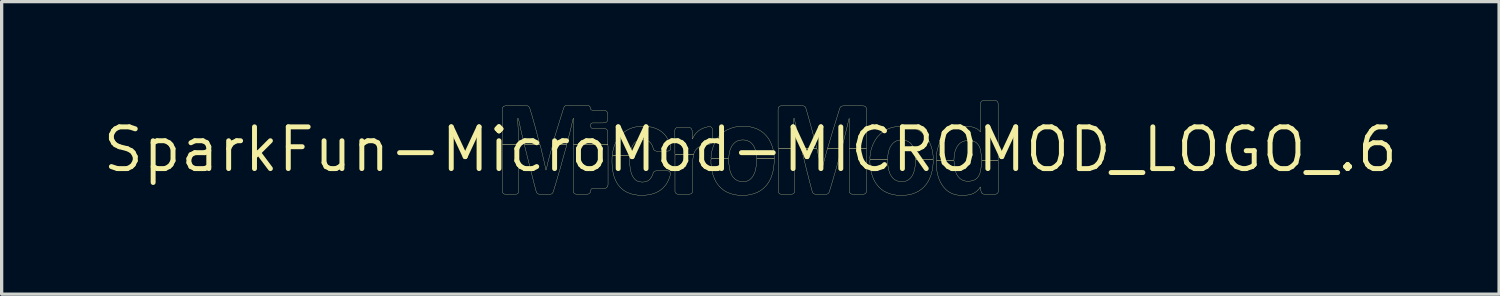
<source format=kicad_pcb>
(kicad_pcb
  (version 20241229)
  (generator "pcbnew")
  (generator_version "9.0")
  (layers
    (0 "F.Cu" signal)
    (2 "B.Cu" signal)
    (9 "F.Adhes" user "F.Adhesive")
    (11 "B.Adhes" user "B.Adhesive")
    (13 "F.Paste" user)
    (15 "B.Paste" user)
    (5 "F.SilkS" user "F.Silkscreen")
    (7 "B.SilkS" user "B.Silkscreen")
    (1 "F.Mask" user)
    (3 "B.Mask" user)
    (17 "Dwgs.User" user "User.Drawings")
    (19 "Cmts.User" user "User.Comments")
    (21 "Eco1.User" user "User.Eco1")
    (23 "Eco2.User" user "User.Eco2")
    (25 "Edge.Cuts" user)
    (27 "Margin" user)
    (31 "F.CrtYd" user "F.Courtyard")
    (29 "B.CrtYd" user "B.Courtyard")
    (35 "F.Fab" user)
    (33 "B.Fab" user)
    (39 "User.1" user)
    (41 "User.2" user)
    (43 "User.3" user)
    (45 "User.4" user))
  (footprint "SparkFun-MicroMod-MICROMOD_LOGO_.6"
    (layer "F.Cu")
    (at 19.783 1.5)
    (property "Reference" "SparkFun-MicroMod-MICROMOD_LOGO_.6" (at 0 0 0) (layer "F.SilkS") (effects (font (size 1.27 1.27) (thickness 0.15))))
    (attr exclude_from_pos_files exclude_from_bom)
    (fp_poly (pts (xy -7.551 -0.147) (xy -7.551 1.237) (xy -7.549 1.29) (xy -7.523 1.336) (xy -7.475 1.359) (xy -7.155 1.359) (xy -7.104 1.354) (xy -7.061 1.321) (xy -7.046 1.27) (xy -7.046 0.259) (xy -7.051 -0.112) (xy -7.071 -0.147) (xy -7.551 -0.147)) (stroke (width 0.008) (type solid)) (fill no) (layer "F.SilkS"))
    (fp_poly (pts (xy 3.536 -0.028) (xy 3.058 -0.028) (xy 3.007 -0.025) (xy 3.007 1.242) (xy 3.01 1.295) (xy 3.04 1.339) (xy 3.089 1.359) (xy 3.459 1.359) (xy 3.505 1.336) (xy 3.533 1.293) (xy 3.536 1.24) (xy 3.536 0.02) (xy 3.536 -0.028)) (stroke (width 0.008) (type solid)) (fill no) (layer "F.SilkS"))
    (fp_poly (pts (xy 1.346 -0.028) (xy 0.869 -0.028) (xy 0.846 0) (xy 0.846 1.27) (xy 0.864 1.321) (xy 0.902 1.354) (xy 0.955 1.359) (xy 1.273 1.359) (xy 1.321 1.336) (xy 1.349 1.293) (xy 1.351 1.24) (xy 1.351 0.391) (xy 1.349 0.074) (xy 1.346 -0.028)) (stroke (width 0.008) (type solid)) (fill no) (layer "F.SilkS"))
    (fp_poly (pts (xy -1.727 0.155) (xy -2.256 0.155) (xy -2.294 0.17) (xy -2.294 1.28) (xy -2.271 1.328) (xy -2.228 1.356) (xy -2.174 1.359) (xy -1.857 1.359) (xy -1.806 1.349) (xy -1.768 1.313) (xy -1.758 1.262) (xy -1.758 0.47) (xy -1.755 0.363) (xy -1.745 0.259) (xy -1.727 0.155)) (stroke (width 0.008) (type solid)) (fill no) (layer "F.SilkS"))
    (fp_poly (pts (xy -4.336 -0.147) (xy -5.342 -0.147) (xy -5.387 -0.14) (xy -5.39 0.175) (xy -5.39 1.234) (xy -5.39 1.288) (xy -5.364 1.333) (xy -5.319 1.356) (xy -5.265 1.359) (xy -4.948 1.359) (xy -4.9 1.341) (xy -4.867 1.3) (xy -4.862 1.247) (xy -4.841 1.201) (xy -4.793 1.186) (xy -4.475 1.186) (xy -4.422 1.184) (xy -4.374 1.161) (xy -4.343 1.12) (xy -4.331 1.069) (xy -4.331 -0.094) (xy -4.336 -0.147)) (stroke (width 0.008) (type solid)) (fill no) (layer "F.SilkS"))
    (fp_poly (pts (xy -7.463 -1.328) (xy -7.513 -1.313) (xy -7.544 -1.273) (xy -7.551 -1.219) (xy -7.551 -0.163) (xy -7.516 -0.145) (xy -7.092 -0.145) (xy -7.051 -0.157) (xy -7.064 -0.579) (xy -7.074 -0.79) (xy -7.084 -0.95) (xy -7.056 -0.935) (xy -6.99 -0.625) (xy -6.883 -0.163) (xy -6.843 -0.145) (xy -6.421 -0.145) (xy -6.416 -0.183) (xy -6.535 -0.643) (xy -6.634 -0.998) (xy -6.711 -1.252) (xy -6.734 -1.298) (xy -6.777 -1.328) (xy -6.83 -1.331) (xy -7.463 -1.328)) (stroke (width 0.008) (type solid)) (fill no) (layer "F.SilkS"))
    (fp_poly (pts (xy 3.409 -1.328) (xy 2.827 -1.328) (xy 2.774 -1.321) (xy 2.736 -1.288) (xy 2.715 -1.237) (xy 2.512 -0.582) (xy 2.36 -0.074) (xy 2.349 -0.028) (xy 2.774 -0.028) (xy 2.83 -0.231) (xy 2.893 -0.488) (xy 2.944 -0.693) (xy 2.992 -0.899) (xy 3.005 -0.947) (xy 3.025 -0.917) (xy 3.015 -0.546) (xy 3.007 -0.071) (xy 3.018 -0.028) (xy 3.493 -0.028) (xy 3.533 -0.041) (xy 3.533 -1.204) (xy 3.533 -1.257) (xy 3.508 -1.303) (xy 3.462 -1.326) (xy 3.409 -1.328)) (stroke (width 0.008) (type solid)) (fill no) (layer "F.SilkS"))
    (fp_poly (pts (xy 1.549 -0.028) (xy 1.971 -0.028) (xy 2.022 -0.03) (xy 1.943 -0.338) (xy 1.862 -0.645) (xy 1.763 -1.003) (xy 1.689 -1.257) (xy 1.664 -1.303) (xy 1.618 -1.328) (xy 1.565 -1.331) (xy 0.932 -1.331) (xy 0.881 -1.313) (xy 0.848 -1.273) (xy 0.843 -1.219) (xy 0.843 -0.056) (xy 0.869 -0.03) (xy 1.293 -0.03) (xy 1.344 -0.03) (xy 1.341 -0.241) (xy 1.331 -0.559) (xy 1.321 -0.823) (xy 1.313 -0.93) (xy 1.333 -0.955) (xy 1.379 -0.749) (xy 1.438 -0.49) (xy 1.534 -0.079) (xy 1.549 -0.028)) (stroke (width 0.008) (type solid)) (fill no) (layer "F.SilkS"))
    (fp_poly (pts (xy 2.776 -0.028) (xy 2.352 -0.028) (xy 2.334 0.015) (xy 2.25 0.323) (xy 2.212 0.475) (xy 2.189 0.579) (xy 2.179 0.63) (xy 2.169 0.605) (xy 2.113 0.345) (xy 2.027 -0.013) (xy 1.989 -0.028) (xy 1.565 -0.028) (xy 1.56 0.005) (xy 1.712 0.622) (xy 1.816 1.031) (xy 1.885 1.288) (xy 1.91 1.333) (xy 1.956 1.356) (xy 2.009 1.359) (xy 2.327 1.359) (xy 2.372 1.336) (xy 2.4 1.293) (xy 2.492 0.988) (xy 2.581 0.683) (xy 2.682 0.328) (xy 2.738 0.122) (xy 2.776 -0.028)) (stroke (width 0.008) (type solid)) (fill no) (layer "F.SilkS"))
    (fp_poly (pts (xy -6.403 -0.147) (xy -6.828 -0.147) (xy -6.876 -0.142) (xy -6.698 0.574) (xy -6.581 1.036) (xy -6.513 1.293) (xy -6.485 1.336) (xy -6.436 1.359) (xy -6.119 1.359) (xy -6.066 1.359) (xy -6.022 1.331) (xy -5.997 1.285) (xy -5.905 0.98) (xy -5.786 0.574) (xy -5.687 0.218) (xy -5.588 -0.137) (xy -5.631 -0.147) (xy -6.002 -0.147) (xy -6.025 -0.104) (xy -6.068 0.046) (xy -6.124 0.249) (xy -6.165 0.404) (xy -6.187 0.508) (xy -6.21 0.61) (xy -6.223 0.625) (xy -6.253 0.467) (xy -6.325 0.157) (xy -6.386 -0.097) (xy -6.403 -0.147)) (stroke (width 0.008) (type solid)) (fill no) (layer "F.SilkS"))
    (fp_poly (pts (xy -6.015 -0.147) (xy -5.591 -0.147) (xy -5.537 -0.351) (xy -5.471 -0.607) (xy -5.4 -0.917) (xy -5.372 -0.95) (xy -5.372 -0.899) (xy -5.382 -0.528) (xy -5.387 -0.157) (xy -5.347 -0.147) (xy -4.338 -0.147) (xy -4.336 -0.196) (xy -4.336 -0.513) (xy -4.341 -0.566) (xy -4.369 -0.61) (xy -4.415 -0.638) (xy -4.465 -0.645) (xy -4.785 -0.645) (xy -4.836 -0.653) (xy -4.864 -0.693) (xy -4.864 -0.747) (xy -4.846 -0.795) (xy -4.798 -0.81) (xy -4.481 -0.81) (xy -4.427 -0.813) (xy -4.379 -0.833) (xy -4.346 -0.874) (xy -4.336 -0.927) (xy -4.336 -1.085) (xy -4.351 -1.135) (xy -4.387 -1.173) (xy -4.437 -1.191) (xy -4.808 -1.191) (xy -4.854 -1.214) (xy -4.867 -1.265) (xy -4.884 -1.313) (xy -4.928 -1.341) (xy -4.981 -1.346) (xy -5.565 -1.346) (xy -5.616 -1.341) (xy -5.659 -1.311) (xy -5.682 -1.262) (xy -5.839 -0.757) (xy -5.964 -0.351) (xy -5.992 -0.249) (xy -6.007 -0.198) (xy -6.015 -0.147)) (stroke (width 0.008) (type solid)) (fill no) (layer "F.SilkS"))
    (fp_poly (pts (xy -1.237 -0.699) (xy -1.29 -0.691) (xy -1.341 -0.681) (xy -1.392 -0.665) (xy -1.44 -0.648) (xy -1.488 -0.625) (xy -1.534 -0.599) (xy -1.577 -0.569) (xy -1.615 -0.533) (xy -1.654 -0.498) (xy -1.687 -0.457) (xy -1.717 -0.411) (xy -1.742 -0.366) (xy -1.765 -0.32) (xy -1.768 -0.363) (xy -1.768 -0.467) (xy -1.773 -0.574) (xy -1.786 -0.625) (xy -1.821 -0.66) (xy -1.872 -0.671) (xy -2.187 -0.671) (xy -2.24 -0.668) (xy -2.283 -0.638) (xy -2.301 -0.589) (xy -2.296 -0.378) (xy -2.296 0.147) (xy -2.253 0.155) (xy -1.778 0.155) (xy -1.73 0.152) (xy -1.712 0.104) (xy -1.689 0.056) (xy -1.661 0.01) (xy -1.628 -0.028) (xy -1.59 -0.061) (xy -1.544 -0.091) (xy -1.499 -0.114) (xy -1.448 -0.132) (xy -1.397 -0.145) (xy -1.346 -0.152) (xy -1.293 -0.16) (xy -1.242 -0.163) (xy -1.191 -0.18) (xy -1.161 -0.221) (xy -1.153 -0.274) (xy -1.153 -0.589) (xy -1.158 -0.64) (xy -1.189 -0.683) (xy -1.237 -0.699)) (stroke (width 0.008) (type solid)) (fill no) (layer "F.SilkS"))
    (fp_poly (pts (xy -3.266 -0.711) (xy -3.371 -0.706) (xy -3.475 -0.691) (xy -3.579 -0.665) (xy -3.675 -0.63) (xy -3.724 -0.605) (xy -3.769 -0.579) (xy -3.815 -0.551) (xy -3.896 -0.488) (xy -3.97 -0.411) (xy -4.003 -0.368) (xy -4.034 -0.325) (xy -4.061 -0.282) (xy -4.11 -0.188) (xy -4.148 -0.089) (xy -4.176 0.01) (xy -4.196 0.112) (xy -4.201 0.165) (xy -4.168 0.183) (xy -3.693 0.183) (xy -3.663 0.16) (xy -3.655 0.109) (xy -3.645 0.056) (xy -3.632 0.005) (xy -3.617 -0.043) (xy -3.597 -0.091) (xy -3.571 -0.137) (xy -3.543 -0.18) (xy -3.505 -0.218) (xy -3.465 -0.251) (xy -3.419 -0.277) (xy -3.368 -0.292) (xy -3.317 -0.3) (xy -3.264 -0.302) (xy -3.211 -0.297) (xy -3.16 -0.284) (xy -3.111 -0.264) (xy -3.068 -0.234) (xy -3.033 -0.196) (xy -3.002 -0.152) (xy -2.979 -0.107) (xy -2.962 -0.056) (xy -2.949 -0.005) (xy -2.916 0.033) (xy -2.865 0.048) (xy -2.55 0.048) (xy -2.497 0.046) (xy -2.449 0.025) (xy -2.423 -0.018) (xy -2.423 -0.069) (xy -2.436 -0.122) (xy -2.449 -0.173) (xy -2.466 -0.221) (xy -2.487 -0.269) (xy -2.512 -0.318) (xy -2.54 -0.361) (xy -2.568 -0.406) (xy -2.601 -0.447) (xy -2.637 -0.485) (xy -2.677 -0.521) (xy -2.718 -0.554) (xy -2.761 -0.582) (xy -2.807 -0.61) (xy -2.855 -0.63) (xy -2.903 -0.65) (xy -2.954 -0.668) (xy -3.056 -0.691) (xy -3.16 -0.706) (xy -3.266 -0.711)) (stroke (width 0.008) (type solid)) (fill no) (layer "F.SilkS"))
    (fp_poly (pts (xy -0.218 -0.711) (xy -0.325 -0.706) (xy -0.429 -0.691) (xy -0.48 -0.681) (xy -0.584 -0.65) (xy -0.681 -0.61) (xy -0.729 -0.587) (xy -0.775 -0.559) (xy -0.818 -0.528) (xy -0.859 -0.495) (xy -0.899 -0.46) (xy -0.97 -0.381) (xy -1.031 -0.295) (xy -1.059 -0.249) (xy -1.085 -0.201) (xy -1.105 -0.152) (xy -1.143 -0.053) (xy -1.171 0.046) (xy -1.189 0.15) (xy -1.199 0.257) (xy -1.168 0.279) (xy -0.691 0.279) (xy -0.658 0.257) (xy -0.648 0.15) (xy -0.64 0.099) (xy -0.627 0.046) (xy -0.612 -0.003) (xy -0.592 -0.051) (xy -0.569 -0.099) (xy -0.538 -0.142) (xy -0.505 -0.183) (xy -0.465 -0.218) (xy -0.422 -0.249) (xy -0.373 -0.269) (xy -0.323 -0.284) (xy -0.269 -0.29) (xy -0.216 -0.292) (xy -0.163 -0.287) (xy -0.112 -0.274) (xy -0.061 -0.257) (xy -0.015 -0.234) (xy 0.025 -0.201) (xy 0.061 -0.163) (xy 0.094 -0.119) (xy 0.119 -0.074) (xy 0.14 -0.023) (xy 0.155 0.025) (xy 0.168 0.076) (xy 0.175 0.13) (xy 0.183 0.18) (xy 0.185 0.234) (xy 0.196 0.279) (xy 0.676 0.279) (xy 0.726 0.277) (xy 0.724 0.224) (xy 0.714 0.117) (xy 0.696 0.013) (xy 0.668 -0.086) (xy 0.65 -0.137) (xy 0.63 -0.185) (xy 0.607 -0.234) (xy 0.556 -0.328) (xy 0.49 -0.411) (xy 0.455 -0.45) (xy 0.417 -0.488) (xy 0.376 -0.523) (xy 0.333 -0.554) (xy 0.29 -0.582) (xy 0.196 -0.63) (xy 0.094 -0.665) (xy -0.005 -0.691) (xy -0.112 -0.706) (xy -0.218 -0.711)) (stroke (width 0.008) (type solid)) (fill no) (layer "F.SilkS"))
    (fp_poly (pts (xy 5.565 0.302) (xy 5.034 0.302) (xy 5.024 0.345) (xy 5.024 0.399) (xy 5.014 0.503) (xy 5.006 0.556) (xy 4.996 0.61) (xy 4.983 0.66) (xy 4.966 0.711) (xy 4.945 0.759) (xy 4.92 0.805) (xy 4.889 0.848) (xy 4.854 0.886) (xy 4.813 0.919) (xy 4.768 0.945) (xy 4.717 0.965) (xy 4.666 0.975) (xy 4.613 0.978) (xy 4.559 0.975) (xy 4.506 0.968) (xy 4.458 0.95) (xy 4.409 0.927) (xy 4.366 0.897) (xy 4.328 0.861) (xy 4.295 0.818) (xy 4.267 0.775) (xy 4.244 0.726) (xy 4.227 0.676) (xy 4.211 0.625) (xy 4.199 0.574) (xy 4.191 0.521) (xy 4.183 0.47) (xy 4.181 0.417) (xy 4.176 0.31) (xy 4.133 0.302) (xy 3.655 0.302) (xy 3.635 0.335) (xy 3.64 0.439) (xy 3.65 0.546) (xy 3.668 0.65) (xy 3.68 0.701) (xy 3.711 0.803) (xy 3.749 0.902) (xy 3.8 0.996) (xy 3.828 1.039) (xy 3.861 1.082) (xy 3.894 1.123) (xy 3.932 1.161) (xy 3.97 1.196) (xy 4.056 1.26) (xy 4.148 1.308) (xy 4.247 1.346) (xy 4.298 1.361) (xy 4.351 1.374) (xy 4.455 1.389) (xy 4.562 1.394) (xy 4.613 1.394) (xy 4.719 1.389) (xy 4.823 1.377) (xy 4.928 1.351) (xy 5.027 1.313) (xy 5.121 1.265) (xy 5.207 1.206) (xy 5.248 1.171) (xy 5.286 1.135) (xy 5.321 1.095) (xy 5.354 1.054) (xy 5.385 1.011) (xy 5.438 0.919) (xy 5.481 0.82) (xy 5.514 0.721) (xy 5.537 0.617) (xy 5.552 0.513) (xy 5.563 0.406) (xy 5.565 0.302)) (stroke (width 0.008) (type solid)) (fill no) (layer "F.SilkS"))
    (fp_poly (pts (xy 7.092 -1.494) (xy 7.043 -1.476) (xy 7.01 -1.435) (xy 7.003 -1.384) (xy 7.003 -0.536) (xy 6.942 -0.597) (xy 6.899 -0.627) (xy 6.853 -0.65) (xy 6.802 -0.671) (xy 6.751 -0.686) (xy 6.701 -0.696) (xy 6.647 -0.704) (xy 6.594 -0.706) (xy 6.54 -0.709) (xy 6.436 -0.706) (xy 6.33 -0.688) (xy 6.228 -0.66) (xy 6.18 -0.64) (xy 6.132 -0.617) (xy 6.086 -0.589) (xy 5.999 -0.528) (xy 5.961 -0.493) (xy 5.923 -0.455) (xy 5.888 -0.417) (xy 5.827 -0.33) (xy 5.776 -0.236) (xy 5.753 -0.188) (xy 5.718 -0.089) (xy 5.687 0.01) (xy 5.669 0.114) (xy 5.662 0.168) (xy 5.657 0.221) (xy 5.652 0.325) (xy 5.697 0.333) (xy 6.175 0.333) (xy 6.198 0.3) (xy 6.198 0.246) (xy 6.203 0.196) (xy 6.21 0.142) (xy 6.22 0.091) (xy 6.233 0.038) (xy 6.251 -0.008) (xy 6.274 -0.056) (xy 6.299 -0.102) (xy 6.332 -0.145) (xy 6.37 -0.183) (xy 6.411 -0.216) (xy 6.459 -0.239) (xy 6.507 -0.257) (xy 6.561 -0.269) (xy 6.612 -0.274) (xy 6.665 -0.272) (xy 6.718 -0.267) (xy 6.769 -0.259) (xy 6.82 -0.241) (xy 6.866 -0.216) (xy 6.906 -0.18) (xy 6.939 -0.14) (xy 6.967 -0.094) (xy 6.985 -0.046) (xy 7 0.005) (xy 7.01 0.056) (xy 7.018 0.109) (xy 7.023 0.163) (xy 7.028 0.267) (xy 7.028 0.32) (xy 7.069 0.333) (xy 7.493 0.333) (xy 7.539 0.323) (xy 7.539 -1.372) (xy 7.536 -1.425) (xy 7.508 -1.471) (xy 7.463 -1.494) (xy 7.409 -1.496) (xy 7.092 -1.494)) (stroke (width 0.008) (type solid)) (fill no) (layer "F.SilkS"))
    (fp_poly (pts (xy 4.618 -0.711) (xy 4.511 -0.706) (xy 4.407 -0.691) (xy 4.356 -0.681) (xy 4.252 -0.653) (xy 4.155 -0.612) (xy 4.11 -0.587) (xy 4.064 -0.559) (xy 4.021 -0.528) (xy 3.978 -0.495) (xy 3.94 -0.46) (xy 3.866 -0.384) (xy 3.805 -0.297) (xy 3.754 -0.203) (xy 3.731 -0.155) (xy 3.711 -0.107) (xy 3.693 -0.056) (xy 3.678 -0.005) (xy 3.665 0.043) (xy 3.655 0.097) (xy 3.647 0.147) (xy 3.637 0.254) (xy 3.64 0.302) (xy 4.171 0.302) (xy 4.178 0.254) (xy 4.181 0.203) (xy 4.188 0.15) (xy 4.196 0.097) (xy 4.209 0.046) (xy 4.224 -0.003) (xy 4.244 -0.051) (xy 4.267 -0.099) (xy 4.298 -0.142) (xy 4.331 -0.183) (xy 4.371 -0.218) (xy 4.415 -0.249) (xy 4.463 -0.269) (xy 4.514 -0.284) (xy 4.567 -0.29) (xy 4.62 -0.292) (xy 4.674 -0.287) (xy 4.724 -0.274) (xy 4.775 -0.257) (xy 4.821 -0.234) (xy 4.864 -0.201) (xy 4.9 -0.163) (xy 4.93 -0.119) (xy 4.956 -0.074) (xy 4.976 -0.025) (xy 4.994 0.023) (xy 5.004 0.076) (xy 5.014 0.127) (xy 5.019 0.18) (xy 5.027 0.287) (xy 5.062 0.302) (xy 5.54 0.302) (xy 5.565 0.274) (xy 5.563 0.221) (xy 5.552 0.114) (xy 5.542 0.064) (xy 5.532 0.01) (xy 5.504 -0.089) (xy 5.486 -0.14) (xy 5.466 -0.188) (xy 5.446 -0.236) (xy 5.392 -0.328) (xy 5.329 -0.414) (xy 5.293 -0.452) (xy 5.255 -0.488) (xy 5.215 -0.523) (xy 5.126 -0.584) (xy 5.032 -0.63) (xy 4.933 -0.665) (xy 4.829 -0.691) (xy 4.724 -0.706) (xy 4.618 -0.711)) (stroke (width 0.008) (type solid)) (fill no) (layer "F.SilkS"))
    (fp_poly (pts (xy 7.539 0.333) (xy 7.061 0.333) (xy 7.031 0.353) (xy 7.028 0.406) (xy 7.023 0.511) (xy 7.018 0.564) (xy 7.01 0.615) (xy 7 0.668) (xy 6.985 0.719) (xy 6.967 0.767) (xy 6.942 0.815) (xy 6.909 0.856) (xy 6.871 0.892) (xy 6.828 0.922) (xy 6.777 0.942) (xy 6.726 0.955) (xy 6.675 0.963) (xy 6.622 0.965) (xy 6.568 0.963) (xy 6.518 0.953) (xy 6.467 0.937) (xy 6.419 0.912) (xy 6.375 0.881) (xy 6.34 0.843) (xy 6.307 0.803) (xy 6.281 0.757) (xy 6.259 0.709) (xy 6.241 0.658) (xy 6.228 0.607) (xy 6.215 0.556) (xy 6.208 0.503) (xy 6.2 0.399) (xy 6.198 0.345) (xy 6.157 0.333) (xy 5.682 0.333) (xy 5.652 0.356) (xy 5.657 0.462) (xy 5.664 0.566) (xy 5.679 0.671) (xy 5.702 0.775) (xy 5.733 0.876) (xy 5.753 0.925) (xy 5.773 0.973) (xy 5.799 1.021) (xy 5.855 1.11) (xy 5.888 1.151) (xy 5.923 1.191) (xy 5.961 1.229) (xy 6.002 1.26) (xy 6.045 1.29) (xy 6.091 1.318) (xy 6.139 1.339) (xy 6.19 1.359) (xy 6.241 1.372) (xy 6.342 1.392) (xy 6.449 1.397) (xy 6.502 1.394) (xy 6.556 1.392) (xy 6.607 1.384) (xy 6.66 1.377) (xy 6.711 1.364) (xy 6.761 1.346) (xy 6.81 1.323) (xy 6.853 1.295) (xy 6.896 1.262) (xy 6.934 1.227) (xy 6.967 1.186) (xy 6.995 1.14) (xy 7.008 1.146) (xy 7.015 1.25) (xy 7.026 1.303) (xy 7.059 1.344) (xy 7.107 1.359) (xy 7.424 1.359) (xy 7.478 1.356) (xy 7.523 1.331) (xy 7.546 1.285) (xy 7.541 1.019) (xy 7.541 0.386) (xy 7.539 0.333)) (stroke (width 0.008) (type solid)) (fill no) (layer "F.SilkS"))
    (fp_poly (pts (xy -3.665 0.183) (xy -4.194 0.183) (xy -4.209 0.226) (xy -4.211 0.333) (xy -4.211 0.386) (xy -4.206 0.493) (xy -4.201 0.546) (xy -4.196 0.597) (xy -4.178 0.701) (xy -4.153 0.805) (xy -4.135 0.856) (xy -4.115 0.904) (xy -4.094 0.953) (xy -4.069 1.001) (xy -4.044 1.046) (xy -4.011 1.087) (xy -3.978 1.13) (xy -3.942 1.168) (xy -3.901 1.204) (xy -3.861 1.237) (xy -3.815 1.265) (xy -3.769 1.293) (xy -3.721 1.313) (xy -3.673 1.333) (xy -3.622 1.351) (xy -3.52 1.374) (xy -3.414 1.389) (xy -3.31 1.394) (xy -3.203 1.389) (xy -3.096 1.377) (xy -3.045 1.369) (xy -2.995 1.354) (xy -2.944 1.339) (xy -2.893 1.321) (xy -2.845 1.298) (xy -2.799 1.275) (xy -2.753 1.247) (xy -2.71 1.214) (xy -2.67 1.181) (xy -2.634 1.143) (xy -2.598 1.102) (xy -2.565 1.062) (xy -2.537 1.016) (xy -2.512 0.97) (xy -2.489 0.922) (xy -2.469 0.874) (xy -2.451 0.823) (xy -2.436 0.772) (xy -2.431 0.719) (xy -2.456 0.673) (xy -2.502 0.65) (xy -2.555 0.648) (xy -2.873 0.648) (xy -2.924 0.665) (xy -2.954 0.706) (xy -2.972 0.757) (xy -2.992 0.805) (xy -3.018 0.853) (xy -3.048 0.894) (xy -3.086 0.93) (xy -3.132 0.958) (xy -3.183 0.978) (xy -3.233 0.986) (xy -3.287 0.991) (xy -3.34 0.986) (xy -3.391 0.975) (xy -3.442 0.958) (xy -3.487 0.93) (xy -3.526 0.894) (xy -3.559 0.851) (xy -3.586 0.808) (xy -3.609 0.759) (xy -3.625 0.709) (xy -3.64 0.658) (xy -3.65 0.605) (xy -3.658 0.554) (xy -3.665 0.5) (xy -3.67 0.394) (xy -3.673 0.34) (xy -3.67 0.236) (xy -3.665 0.183)) (stroke (width 0.008) (type solid)) (fill no) (layer "F.SilkS"))
    (fp_poly (pts (xy 0.726 0.279) (xy 0.196 0.279) (xy 0.188 0.323) (xy 0.183 0.427) (xy 0.18 0.48) (xy 0.173 0.531) (xy 0.163 0.584) (xy 0.152 0.635) (xy 0.137 0.686) (xy 0.117 0.737) (xy 0.094 0.782) (xy 0.066 0.828) (xy 0.033 0.869) (xy -0.003 0.904) (xy -0.046 0.935) (xy -0.094 0.958) (xy -0.145 0.97) (xy -0.198 0.978) (xy -0.251 0.978) (xy -0.302 0.97) (xy -0.353 0.96) (xy -0.404 0.94) (xy -0.45 0.912) (xy -0.49 0.879) (xy -0.526 0.841) (xy -0.556 0.798) (xy -0.579 0.749) (xy -0.602 0.701) (xy -0.617 0.653) (xy -0.63 0.599) (xy -0.64 0.549) (xy -0.653 0.445) (xy -0.658 0.391) (xy -0.658 0.284) (xy -0.704 0.279) (xy -1.181 0.279) (xy -1.201 0.312) (xy -1.199 0.366) (xy -1.199 0.417) (xy -1.189 0.523) (xy -1.173 0.627) (xy -1.151 0.732) (xy -1.115 0.831) (xy -1.095 0.879) (xy -1.074 0.927) (xy -1.049 0.975) (xy -0.991 1.064) (xy -0.922 1.143) (xy -0.884 1.179) (xy -0.843 1.214) (xy -0.8 1.245) (xy -0.757 1.273) (xy -0.709 1.298) (xy -0.66 1.318) (xy -0.612 1.339) (xy -0.511 1.367) (xy -0.46 1.377) (xy -0.353 1.392) (xy -0.249 1.397) (xy -0.142 1.392) (xy -0.091 1.387) (xy 0.013 1.369) (xy 0.114 1.341) (xy 0.211 1.303) (xy 0.259 1.278) (xy 0.305 1.252) (xy 0.348 1.222) (xy 0.389 1.189) (xy 0.429 1.153) (xy 0.465 1.115) (xy 0.5 1.077) (xy 0.561 0.988) (xy 0.587 0.942) (xy 0.61 0.897) (xy 0.632 0.848) (xy 0.665 0.749) (xy 0.693 0.645) (xy 0.711 0.541) (xy 0.721 0.437) (xy 0.726 0.33) (xy 0.726 0.279)) (stroke (width 0.008) (type solid)) (fill no) (layer "F.SilkS")))
  (gr_rect
    (start -3 -3)
    (end 42.566 5.901)
    (stroke (width 0.1) (type default))
    (fill no)
    (layer "Edge.Cuts")))
</source>
